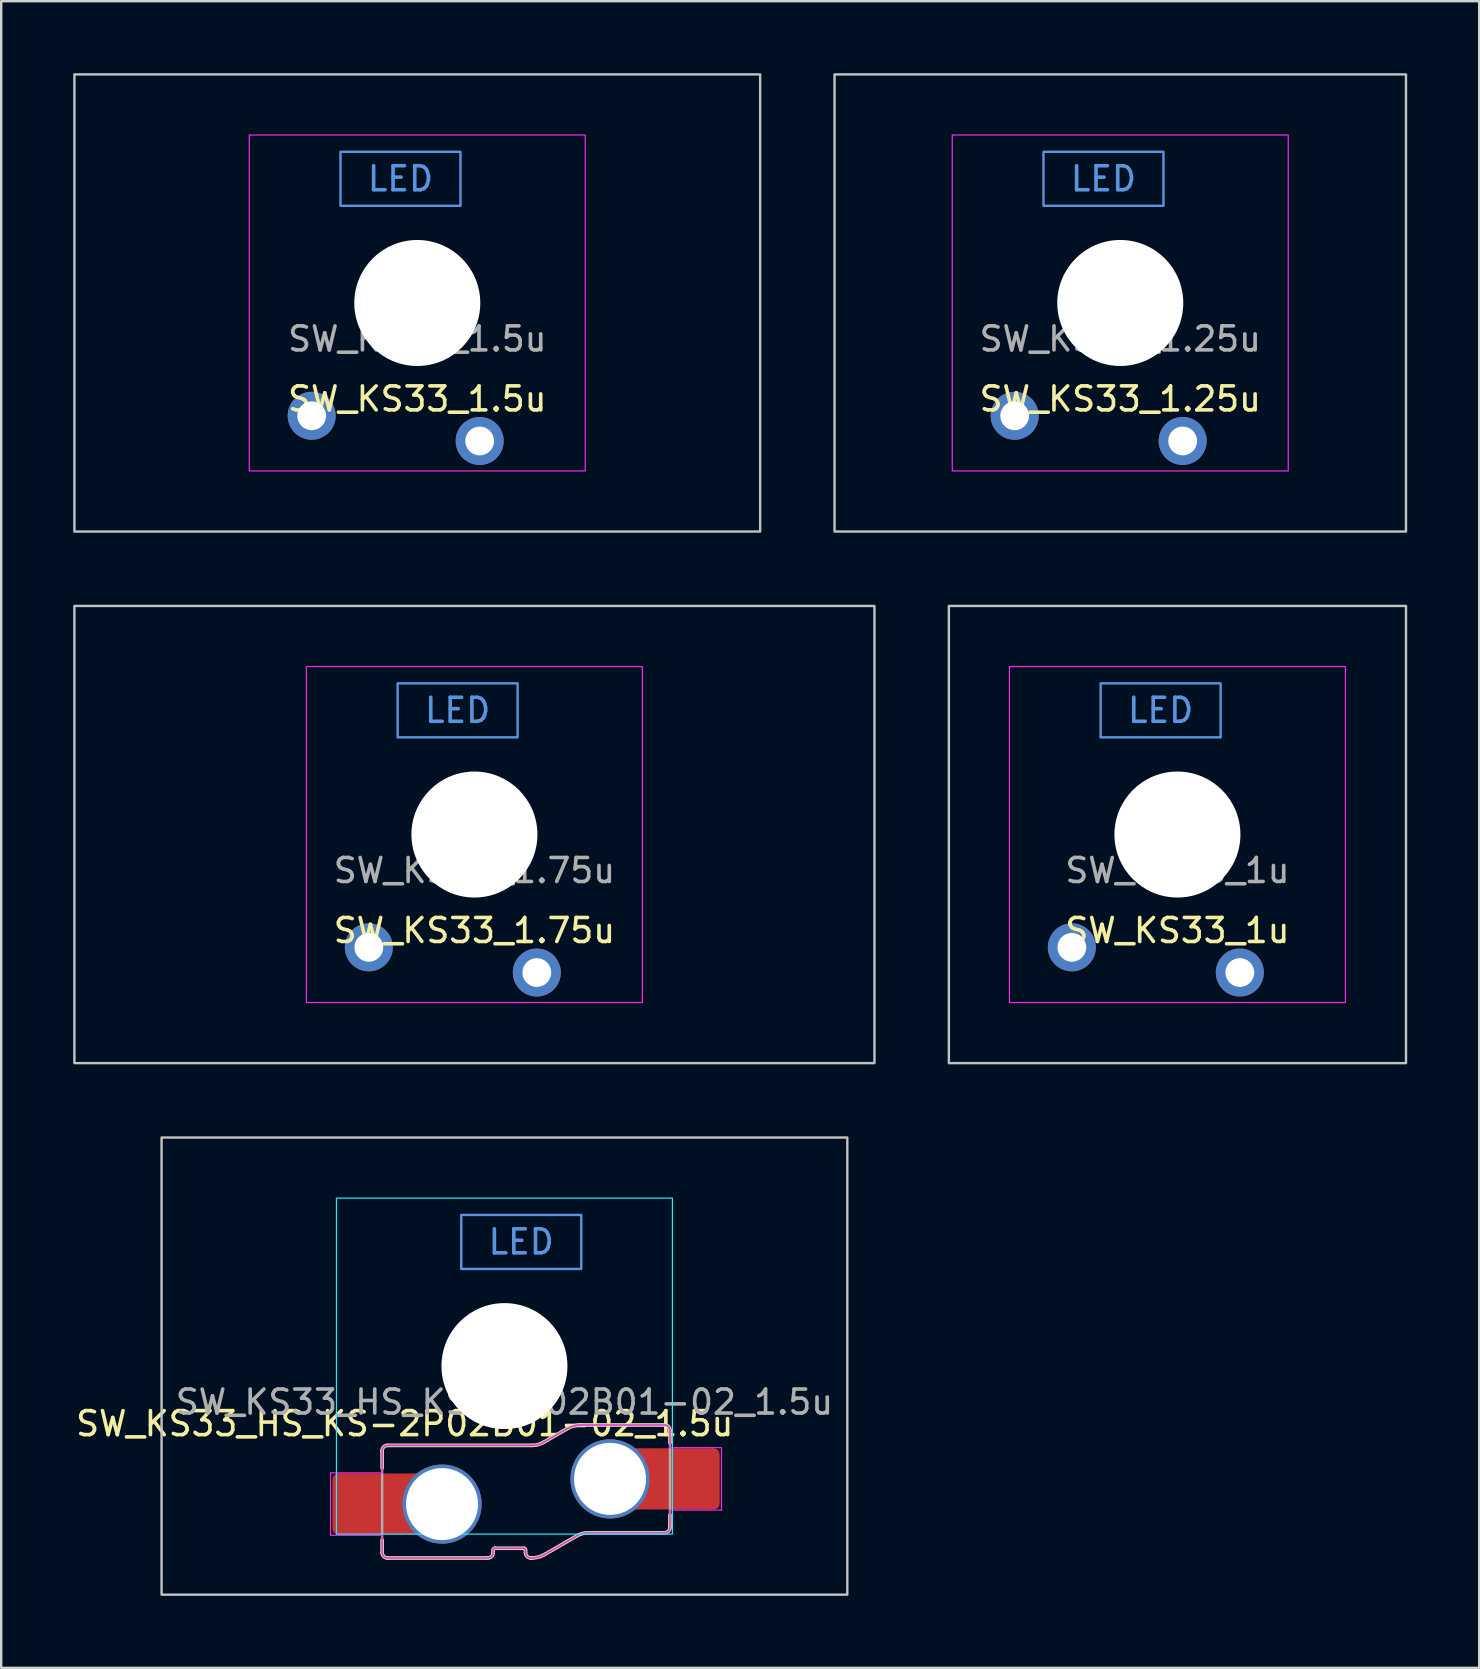
<source format=kicad_pcb>
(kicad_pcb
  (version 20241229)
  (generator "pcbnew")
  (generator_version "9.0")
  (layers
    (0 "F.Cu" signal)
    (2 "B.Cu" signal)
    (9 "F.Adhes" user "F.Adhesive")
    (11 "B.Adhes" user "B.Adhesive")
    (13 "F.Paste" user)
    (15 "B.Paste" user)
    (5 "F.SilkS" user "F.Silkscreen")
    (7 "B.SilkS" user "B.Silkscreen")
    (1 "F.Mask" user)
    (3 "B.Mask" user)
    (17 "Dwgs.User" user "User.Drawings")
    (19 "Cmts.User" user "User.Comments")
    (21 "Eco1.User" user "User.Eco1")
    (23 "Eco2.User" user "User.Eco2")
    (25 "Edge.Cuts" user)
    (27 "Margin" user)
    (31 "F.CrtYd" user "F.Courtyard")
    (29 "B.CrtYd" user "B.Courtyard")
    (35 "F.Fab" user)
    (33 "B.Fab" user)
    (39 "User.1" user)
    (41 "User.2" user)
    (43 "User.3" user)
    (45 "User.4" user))
  (footprint "SW_KS33_1.5u"
    (layer "F.Cu")
    (at 14.338 9.575)
    (property "Reference" "SW_KS33_1.5u" (at 0 4 180) (layer "F.SilkS") (effects (font (size 1 1) (thickness 0.15))))
    (attr through_hole exclude_from_pos_files exclude_from_bom)
    (fp_rect (start -14.287 -9.525) (end 14.287 9.525) (stroke (width 0.1) (type default)) (fill no) (layer "Dwgs.User"))
    (fp_rect (start -3.2 -6.3) (end 1.8 -4.05) (stroke (width 0.1) (type default)) (fill no) (layer "Cmts.User"))
    (fp_line (start -7 6.5) (end -7 -6.5) (stroke (width 0.1) (type default)) (layer "Eco2.User"))
    (fp_line (start -6.5 -7) (end 6.5 -7) (stroke (width 0.1) (type default)) (layer "Eco2.User"))
    (fp_line (start 6.5 7) (end -6.5 7) (stroke (width 0.1) (type default)) (layer "Eco2.User"))
    (fp_line (start 7 -6.5) (end 7 6.5) (stroke (width 0.1) (type default)) (layer "Eco2.User"))
    (fp_arc (start -7 -6.5) (mid -6.853553 -6.853553) (end -6.5 -7) (stroke (width 0.1) (type default)) (layer "Eco2.User"))
    (fp_arc (start -6.5 7) (mid -6.853553 6.853553) (end -7 6.5) (stroke (width 0.1) (type default)) (layer "Eco2.User"))
    (fp_arc (start 6.5 -7) (mid 6.853553 -6.853553) (end 7 -6.5) (stroke (width 0.1) (type default)) (layer "Eco2.User"))
    (fp_arc (start 7 6.5) (mid 6.853553 6.853553) (end 6.5 7) (stroke (width 0.1) (type default)) (layer "Eco2.User"))
    (fp_rect (start -7 -7) (end 7 7) (stroke (width 0.05) (type default)) (fill no) (layer "F.CrtYd"))
    (fp_text user "LED" (at -0.7 -5.175 0) (unlocked yes) (layer "Cmts.User") (effects (font (size 1 1) (thickness 0.15))))
    (fp_text user "${REFERENCE}" (at 0 1.5 0) (layer "F.Fab") (effects (font (size 1 1) (thickness 0.15))))
    (pad "" np_thru_hole circle (at 0 0 180) (size 5.25 5.25) (drill 5.25) (layers "*.Cu" "*.Mask"))
    (pad "1" thru_hole circle (at -4.4 4.7 180) (size 2 2) (drill 1.2) (layers "*.Cu" "B.Mask"))
    (pad "2" thru_hole circle (at 2.6 5.75 180) (size 2 2) (drill 1.2) (layers "*.Cu" "B.Mask")))
  (footprint "SW_KS33_HS_KS-2P02B01-02_1.5u"
    (layer "F.Cu")
    (at 17.97 53.875)
    (property "Reference" "SW_KS33_HS_KS-2P02B01-02_1.5u" (at -4.155 2.4 180) (layer "F.SilkS") (effects (font (size 1 1) (thickness 0.15))))
    (attr smd)
    (fp_line (start -5.097 3.528) (end -5.097 4.25) (stroke (width 0.15) (type solid)) (layer "F.SilkS"))
    (fp_line (start -5.097 7.772) (end -5.097 7.25) (stroke (width 0.15) (type solid)) (layer "F.SilkS"))
    (fp_line (start -4.872 3.303) (end 1.161 3.303) (stroke (width 0.15) (type solid)) (layer "F.SilkS"))
    (fp_line (start -0.697 7.997) (end -4.872 7.997) (stroke (width 0.15) (type solid)) (layer "F.SilkS"))
    (fp_line (start -0.472 7.666) (end -0.472 7.772) (stroke (width 0.15) (type solid)) (layer "F.SilkS"))
    (fp_line (start 0.803 7.591) (end -0.397 7.591) (stroke (width 0.15) (type solid)) (layer "F.SilkS"))
    (fp_line (start 0.878 7.772) (end 0.878 7.666) (stroke (width 0.15) (type solid)) (layer "F.SilkS"))
    (fp_line (start 1.131 7.997) (end 1.103 7.997) (stroke (width 0.15) (type solid)) (layer "F.SilkS"))
    (fp_line (start 1.623 3.18) (end 2.631 2.597) (stroke (width 0.15) (type solid)) (layer "F.SilkS"))
    (fp_line (start 3.023 7.07) (end 1.669 7.853) (stroke (width 0.15) (type solid)) (layer "F.SilkS"))
    (fp_line (start 3.169 2.453) (end 6.672 2.453) (stroke (width 0.15) (type solid)) (layer "F.SilkS"))
    (fp_line (start 6.672 6.947) (end 3.486 6.947) (stroke (width 0.15) (type solid)) (layer "F.SilkS"))
    (fp_line (start 6.897 2.678) (end 6.897 3.2) (stroke (width 0.15) (type solid)) (layer "F.SilkS"))
    (fp_line (start 6.897 6.722) (end 6.897 6.2) (stroke (width 0.15) (type solid)) (layer "F.SilkS"))
    (fp_arc (start -5.096509 3.528462) (mid -5.030608 3.369392) (end -4.871538 3.303491) (stroke (width 0.15) (type solid)) (layer "F.SilkS"))
    (fp_arc (start -4.871547 7.996509) (mid -5.030611 7.930605) (end -5.096509 7.771538) (stroke (width 0.15) (type solid)) (layer "F.SilkS"))
    (fp_arc (start -0.471517 7.666366) (mid -0.44955 7.613333) (end -0.396517 7.591366) (stroke (width 0.15) (type solid)) (layer "F.SilkS"))
    (fp_arc (start -0.471517 7.772359) (mid -0.537421 7.931461) (end -0.696525 7.997359) (stroke (width 0.15) (type solid)) (layer "F.SilkS"))
    (fp_arc (start 0.803483 7.591366) (mid 0.856515 7.613334) (end 0.878483 7.666366) (stroke (width 0.15) (type solid)) (layer "F.SilkS"))
    (fp_arc (start 1.103483 7.996509) (mid 0.944382 7.930609) (end 0.878483 7.771509) (stroke (width 0.15) (type solid)) (layer "F.SilkS"))
    (fp_arc (start 1.623227 3.179574) (mid 1.400151 3.271972) (end 1.160763 3.303491) (stroke (width 0.15) (type solid)) (layer "F.SilkS"))
    (fp_arc (start 1.66858 7.852507) (mid 1.409348 7.959882) (end 1.131159 7.996509) (stroke (width 0.15) (type solid)) (layer "F.SilkS"))
    (fp_arc (start 2.63142 2.597493) (mid 2.890652 2.490118) (end 3.168841 2.453491) (stroke (width 0.15) (type solid)) (layer "F.SilkS"))
    (fp_arc (start 3.023183 7.070426) (mid 3.246257 6.978019) (end 3.485647 6.946509) (stroke (width 0.15) (type solid)) (layer "F.SilkS"))
    (fp_arc (start 6.671525 2.453491) (mid 6.830601 2.51939) (end 6.896509 2.678462) (stroke (width 0.15) (type solid)) (layer "F.SilkS"))
    (fp_arc (start 6.896509 6.721538) (mid 6.830605 6.880605) (end 6.671538 6.946509) (stroke (width 0.15) (type solid)) (layer "F.SilkS"))
    (fp_rect (start -14.287 -9.525) (end 14.287 9.525) (stroke (width 0.1) (type default)) (fill no) (layer "Dwgs.User"))
    (fp_rect (start 3.2 -6.3) (end -1.8 -4.05) (stroke (width 0.1) (type default)) (fill no) (layer "Cmts.User"))
    (fp_line (start -7 6.5) (end -7 -6.5) (stroke (width 0.1) (type default)) (layer "Eco2.User"))
    (fp_line (start -6.5 -7) (end 6.5 -7) (stroke (width 0.1) (type default)) (layer "Eco2.User"))
    (fp_line (start 6.5 7) (end -6.5 7) (stroke (width 0.1) (type default)) (layer "Eco2.User"))
    (fp_line (start 7 -6.5) (end 7 6.5) (stroke (width 0.1) (type default)) (layer "Eco2.User"))
    (fp_arc (start -7 -6.5) (mid -6.853553 -6.853553) (end -6.5 -7) (stroke (width 0.1) (type default)) (layer "Eco2.User"))
    (fp_arc (start -6.5 7) (mid -6.853553 6.853553) (end -7 6.5) (stroke (width 0.1) (type default)) (layer "Eco2.User"))
    (fp_arc (start 6.5 -7) (mid 6.853553 -6.853553) (end 7 -6.5) (stroke (width 0.1) (type default)) (layer "Eco2.User"))
    (fp_arc (start 7 6.5) (mid 6.853553 6.853553) (end 6.5 7) (stroke (width 0.1) (type default)) (layer "Eco2.User"))
    (fp_rect (start -7 -7) (end 7 7) (stroke (width 0.05) (type default)) (fill no) (layer "B.CrtYd"))
    (fp_line (start -7.245 4.45) (end -5.097 4.45) (stroke (width 0.05) (type solid)) (layer "F.CrtYd"))
    (fp_line (start -7.245 7.05) (end -7.245 4.45) (stroke (width 0.05) (type solid)) (layer "F.CrtYd"))
    (fp_line (start -5.097 4.45) (end -5.097 3.528) (stroke (width 0.05) (type default)) (layer "F.CrtYd"))
    (fp_line (start -5.097 7.05) (end -7.245 7.05) (stroke (width 0.05) (type solid)) (layer "F.CrtYd"))
    (fp_line (start -5.097 7.772) (end -5.097 7.05) (stroke (width 0.05) (type solid)) (layer "F.CrtYd"))
    (fp_line (start -4.872 3.303) (end 1.161 3.303) (stroke (width 0.05) (type solid)) (layer "F.CrtYd"))
    (fp_line (start -0.697 7.997) (end -4.872 7.997) (stroke (width 0.05) (type solid)) (layer "F.CrtYd"))
    (fp_line (start -0.472 7.666) (end -0.472 7.772) (stroke (width 0.05) (type solid)) (layer "F.CrtYd"))
    (fp_line (start 0.803 7.591) (end -0.397 7.591) (stroke (width 0.05) (type solid)) (layer "F.CrtYd"))
    (fp_line (start 0.878 7.772) (end 0.878 7.666) (stroke (width 0.05) (type solid)) (layer "F.CrtYd"))
    (fp_line (start 1.131 7.997) (end 1.103 7.997) (stroke (width 0.05) (type solid)) (layer "F.CrtYd"))
    (fp_line (start 1.623 3.18) (end 2.631 2.597) (stroke (width 0.05) (type solid)) (layer "F.CrtYd"))
    (fp_line (start 3.023 7.07) (end 1.669 7.853) (stroke (width 0.05) (type solid)) (layer "F.CrtYd"))
    (fp_line (start 3.169 2.453) (end 6.672 2.453) (stroke (width 0.05) (type solid)) (layer "F.CrtYd"))
    (fp_line (start 6.672 6.947) (end 3.486 6.947) (stroke (width 0.05) (type solid)) (layer "F.CrtYd"))
    (fp_line (start 6.897 2.678) (end 6.897 3.4) (stroke (width 0.05) (type default)) (layer "F.CrtYd"))
    (fp_line (start 6.897 3.4) (end 9.045 3.4) (stroke (width 0.05) (type solid)) (layer "F.CrtYd"))
    (fp_line (start 6.897 6.722) (end 6.897 6) (stroke (width 0.05) (type default)) (layer "F.CrtYd"))
    (fp_line (start 9.045 3.4) (end 9.045 6) (stroke (width 0.05) (type solid)) (layer "F.CrtYd"))
    (fp_line (start 9.045 6) (end 6.897 6) (stroke (width 0.05) (type solid)) (layer "F.CrtYd"))
    (fp_arc (start -5.096509 3.528462) (mid -5.030608 3.369392) (end -4.871538 3.303491) (stroke (width 0.05) (type solid)) (layer "F.CrtYd"))
    (fp_arc (start -4.871547 7.996509) (mid -5.030611 7.930605) (end -5.096509 7.771538) (stroke (width 0.05) (type solid)) (layer "F.CrtYd"))
    (fp_arc (start -0.471517 7.666366) (mid -0.44955 7.613333) (end -0.396517 7.591366) (stroke (width 0.05) (type solid)) (layer "F.CrtYd"))
    (fp_arc (start -0.471517 7.772359) (mid -0.537421 7.931461) (end -0.696525 7.997359) (stroke (width 0.05) (type solid)) (layer "F.CrtYd"))
    (fp_arc (start 0.803483 7.591366) (mid 0.856515 7.613334) (end 0.878483 7.666366) (stroke (width 0.05) (type solid)) (layer "F.CrtYd"))
    (fp_arc (start 1.103483 7.996509) (mid 0.944382 7.930609) (end 0.878483 7.771509) (stroke (width 0.05) (type solid)) (layer "F.CrtYd"))
    (fp_arc (start 1.623227 3.179574) (mid 1.400151 3.271972) (end 1.160763 3.303491) (stroke (width 0.05) (type solid)) (layer "F.CrtYd"))
    (fp_arc (start 1.66858 7.852507) (mid 1.409348 7.959882) (end 1.131159 7.996509) (stroke (width 0.05) (type solid)) (layer "F.CrtYd"))
    (fp_arc (start 2.63142 2.597493) (mid 2.890652 2.490118) (end 3.168841 2.453491) (stroke (width 0.05) (type solid)) (layer "F.CrtYd"))
    (fp_arc (start 3.023183 7.070426) (mid 3.246257 6.978019) (end 3.485647 6.946509) (stroke (width 0.05) (type solid)) (layer "F.CrtYd"))
    (fp_arc (start 6.671525 2.453491) (mid 6.830601 2.51939) (end 6.896509 2.678462) (stroke (width 0.05) (type solid)) (layer "F.CrtYd"))
    (fp_arc (start 6.896509 6.721538) (mid 6.830605 6.880605) (end 6.671538 6.946509) (stroke (width 0.05) (type solid)) (layer "F.CrtYd"))
    (fp_line (start -5.097 7.772) (end -5.097 3.528) (stroke (width 0.1) (type solid)) (layer "F.Fab"))
    (fp_line (start -4.872 3.303) (end 1.161 3.303) (stroke (width 0.1) (type solid)) (layer "F.Fab"))
    (fp_line (start -0.697 7.997) (end -4.872 7.997) (stroke (width 0.1) (type solid)) (layer "F.Fab"))
    (fp_line (start -0.472 7.666) (end -0.472 7.772) (stroke (width 0.1) (type solid)) (layer "F.Fab"))
    (fp_line (start 0.803 7.591) (end -0.397 7.591) (stroke (width 0.1) (type solid)) (layer "F.Fab"))
    (fp_line (start 0.878 7.772) (end 0.878 7.666) (stroke (width 0.1) (type solid)) (layer "F.Fab"))
    (fp_line (start 1.131 7.997) (end 1.103 7.997) (stroke (width 0.1) (type solid)) (layer "F.Fab"))
    (fp_line (start 1.623 3.18) (end 2.631 2.597) (stroke (width 0.1) (type solid)) (layer "F.Fab"))
    (fp_line (start 3.023 7.07) (end 1.669 7.853) (stroke (width 0.1) (type solid)) (layer "F.Fab"))
    (fp_line (start 3.169 2.453) (end 6.672 2.453) (stroke (width 0.1) (type solid)) (layer "F.Fab"))
    (fp_line (start 6.672 6.947) (end 3.486 6.947) (stroke (width 0.1) (type solid)) (layer "F.Fab"))
    (fp_line (start 6.897 2.678) (end 6.897 6.722) (stroke (width 0.1) (type solid)) (layer "F.Fab"))
    (fp_arc (start -5.096509 3.528462) (mid -5.030608 3.369392) (end -4.871538 3.303491) (stroke (width 0.1) (type solid)) (layer "F.Fab"))
    (fp_arc (start -4.871547 7.996509) (mid -5.030611 7.930605) (end -5.096509 7.771538) (stroke (width 0.1) (type solid)) (layer "F.Fab"))
    (fp_arc (start -0.471517 7.666366) (mid -0.44955 7.613333) (end -0.396517 7.591366) (stroke (width 0.1) (type solid)) (layer "F.Fab"))
    (fp_arc (start -0.471517 7.772359) (mid -0.537421 7.931461) (end -0.696525 7.997359) (stroke (width 0.1) (type solid)) (layer "F.Fab"))
    (fp_arc (start 0.803483 7.591366) (mid 0.856515 7.613334) (end 0.878483 7.666366) (stroke (width 0.1) (type solid)) (layer "F.Fab"))
    (fp_arc (start 1.103483 7.996509) (mid 0.944382 7.930609) (end 0.878483 7.771509) (stroke (width 0.1) (type solid)) (layer "F.Fab"))
    (fp_arc (start 1.623227 3.179574) (mid 1.400151 3.271972) (end 1.160763 3.303491) (stroke (width 0.1) (type solid)) (layer "F.Fab"))
    (fp_arc (start 1.66858 7.852507) (mid 1.409348 7.959882) (end 1.131159 7.996509) (stroke (width 0.1) (type solid)) (layer "F.Fab"))
    (fp_arc (start 2.63142 2.597493) (mid 2.890652 2.490118) (end 3.168841 2.453491) (stroke (width 0.1) (type solid)) (layer "F.Fab"))
    (fp_arc (start 3.023183 7.070426) (mid 3.246257 6.978019) (end 3.485647 6.946509) (stroke (width 0.1) (type solid)) (layer "F.Fab"))
    (fp_arc (start 6.671525 2.453491) (mid 6.830601 2.51939) (end 6.896509 2.678462) (stroke (width 0.1) (type solid)) (layer "F.Fab"))
    (fp_arc (start 6.896509 6.721538) (mid 6.830605 6.880605) (end 6.671538 6.946509) (stroke (width 0.1) (type solid)) (layer "F.Fab"))
    (fp_text user "LED" (at 0.7 -5.175 0) (unlocked yes) (layer "Cmts.User") (effects (font (size 1 1) (thickness 0.15))))
    (fp_text user "${REFERENCE}" (at 0 1.5 0) (layer "F.Fab") (effects (font (size 1 1) (thickness 0.15))))
    (pad "" np_thru_hole circle (at 0 0 180) (size 5.25 5.25) (drill 5.25) (layers "*.Cu" "*.Mask"))
    (pad "1" thru_hole circle (at 4.4 4.7) (size 3.3 3.3) (drill 3) (property pad_prop_mechanical) (layers "*.Cu" "F.Mask"))
    (pad "1" smd rect (at 5.95 4.7) (size 1.2 2.55) (layers "F.Cu"))
    (pad "1" smd roundrect (at 7.645 4.7) (size 2.65 2.55) (layers "F.Cu" "F.Mask" "F.Paste") (roundrect_rratio 0.1))
    (pad "2" smd roundrect (at -5.845 5.75) (size 2.65 2.55) (layers "F.Cu" "F.Mask" "F.Paste") (roundrect_rratio 0.1))
    (pad "2" smd rect (at -4.15 5.75 180) (size 1.2 2.55) (layers "F.Cu"))
    (pad "2" thru_hole circle (at -2.6 5.75) (size 3.3 3.3) (drill 3) (property pad_prop_mechanical) (layers "*.Cu" "F.Mask")))
  (footprint "SW_KS33_1.75u"
    (layer "F.Cu")
    (at 16.719 31.725)
    (property "Reference" "SW_KS33_1.75u" (at 0 4 180) (layer "F.SilkS") (effects (font (size 1 1) (thickness 0.15))))
    (attr through_hole exclude_from_pos_files exclude_from_bom)
    (fp_rect (start -16.669 -9.525) (end 16.669 9.525) (stroke (width 0.1) (type default)) (fill no) (layer "Dwgs.User"))
    (fp_rect (start -3.2 -6.3) (end 1.8 -4.05) (stroke (width 0.1) (type default)) (fill no) (layer "Cmts.User"))
    (fp_line (start -7 6.5) (end -7 -6.5) (stroke (width 0.1) (type default)) (layer "Eco2.User"))
    (fp_line (start -6.5 -7) (end 6.5 -7) (stroke (width 0.1) (type default)) (layer "Eco2.User"))
    (fp_line (start 6.5 7) (end -6.5 7) (stroke (width 0.1) (type default)) (layer "Eco2.User"))
    (fp_line (start 7 -6.5) (end 7 6.5) (stroke (width 0.1) (type default)) (layer "Eco2.User"))
    (fp_arc (start -7 -6.5) (mid -6.853553 -6.853553) (end -6.5 -7) (stroke (width 0.1) (type default)) (layer "Eco2.User"))
    (fp_arc (start -6.5 7) (mid -6.853553 6.853553) (end -7 6.5) (stroke (width 0.1) (type default)) (layer "Eco2.User"))
    (fp_arc (start 6.5 -7) (mid 6.853553 -6.853553) (end 7 -6.5) (stroke (width 0.1) (type default)) (layer "Eco2.User"))
    (fp_arc (start 7 6.5) (mid 6.853553 6.853553) (end 6.5 7) (stroke (width 0.1) (type default)) (layer "Eco2.User"))
    (fp_rect (start -7 -7) (end 7 7) (stroke (width 0.05) (type default)) (fill no) (layer "F.CrtYd"))
    (fp_text user "LED" (at -0.7 -5.175 0) (unlocked yes) (layer "Cmts.User") (effects (font (size 1 1) (thickness 0.15))))
    (fp_text user "${REFERENCE}" (at 0 1.5 0) (layer "F.Fab") (effects (font (size 1 1) (thickness 0.15))))
    (pad "" np_thru_hole circle (at 0 0 180) (size 5.25 5.25) (drill 5.25) (layers "*.Cu" "*.Mask"))
    (pad "1" thru_hole circle (at -4.4 4.7 180) (size 2 2) (drill 1.2) (layers "*.Cu" "B.Mask"))
    (pad "2" thru_hole circle (at 2.6 5.75 180) (size 2 2) (drill 1.2) (layers "*.Cu" "B.Mask")))
  (footprint "SW_KS33_1.25u"
    (layer "F.Cu")
    (at 43.631 9.575)
    (property "Reference" "SW_KS33_1.25u" (at 0 4 180) (layer "F.SilkS") (effects (font (size 1 1) (thickness 0.15))))
    (attr through_hole exclude_from_pos_files exclude_from_bom)
    (fp_rect (start -11.906 -9.525) (end 11.906 9.525) (stroke (width 0.1) (type default)) (fill no) (layer "Dwgs.User"))
    (fp_rect (start -3.2 -6.3) (end 1.8 -4.05) (stroke (width 0.1) (type default)) (fill no) (layer "Cmts.User"))
    (fp_line (start -7 6.5) (end -7 -6.5) (stroke (width 0.1) (type default)) (layer "Eco2.User"))
    (fp_line (start -6.5 -7) (end 6.5 -7) (stroke (width 0.1) (type default)) (layer "Eco2.User"))
    (fp_line (start 6.5 7) (end -6.5 7) (stroke (width 0.1) (type default)) (layer "Eco2.User"))
    (fp_line (start 7 -6.5) (end 7 6.5) (stroke (width 0.1) (type default)) (layer "Eco2.User"))
    (fp_arc (start -7 -6.5) (mid -6.853553 -6.853553) (end -6.5 -7) (stroke (width 0.1) (type default)) (layer "Eco2.User"))
    (fp_arc (start -6.5 7) (mid -6.853553 6.853553) (end -7 6.5) (stroke (width 0.1) (type default)) (layer "Eco2.User"))
    (fp_arc (start 6.5 -7) (mid 6.853553 -6.853553) (end 7 -6.5) (stroke (width 0.1) (type default)) (layer "Eco2.User"))
    (fp_arc (start 7 6.5) (mid 6.853553 6.853553) (end 6.5 7) (stroke (width 0.1) (type default)) (layer "Eco2.User"))
    (fp_rect (start -7 -7) (end 7 7) (stroke (width 0.05) (type default)) (fill no) (layer "F.CrtYd"))
    (fp_text user "LED" (at -0.7 -5.175 0) (unlocked yes) (layer "Cmts.User") (effects (font (size 1 1) (thickness 0.15))))
    (fp_text user "${REFERENCE}" (at 0 1.5 0) (layer "F.Fab") (effects (font (size 1 1) (thickness 0.15))))
    (pad "" np_thru_hole circle (at 0 0 180) (size 5.25 5.25) (drill 5.25) (layers "*.Cu" "*.Mask"))
    (pad "1" thru_hole circle (at -4.4 4.7 180) (size 2 2) (drill 1.2) (layers "*.Cu" "B.Mask"))
    (pad "2" thru_hole circle (at 2.6 5.75 180) (size 2 2) (drill 1.2) (layers "*.Cu" "B.Mask")))
  (footprint "SW_KS33_1u"
    (layer "F.Cu")
    (at 46.013 31.725)
    (property "Reference" "SW_KS33_1u" (at 0 4 180) (layer "F.SilkS") (effects (font (size 1 1) (thickness 0.15))))
    (attr through_hole exclude_from_pos_files exclude_from_bom)
    (fp_rect (start -9.525 -9.525) (end 9.525 9.525) (stroke (width 0.1) (type default)) (fill no) (layer "Dwgs.User"))
    (fp_rect (start -3.2 -6.3) (end 1.8 -4.05) (stroke (width 0.1) (type default)) (fill no) (layer "Cmts.User"))
    (fp_line (start -7 6.5) (end -7 -6.5) (stroke (width 0.1) (type default)) (layer "Eco2.User"))
    (fp_line (start -6.5 -7) (end 6.5 -7) (stroke (width 0.1) (type default)) (layer "Eco2.User"))
    (fp_line (start 6.5 7) (end -6.5 7) (stroke (width 0.1) (type default)) (layer "Eco2.User"))
    (fp_line (start 7 -6.5) (end 7 6.5) (stroke (width 0.1) (type default)) (layer "Eco2.User"))
    (fp_arc (start -7 -6.5) (mid -6.853553 -6.853553) (end -6.5 -7) (stroke (width 0.1) (type default)) (layer "Eco2.User"))
    (fp_arc (start -6.5 7) (mid -6.853553 6.853553) (end -7 6.5) (stroke (width 0.1) (type default)) (layer "Eco2.User"))
    (fp_arc (start 6.5 -7) (mid 6.853553 -6.853553) (end 7 -6.5) (stroke (width 0.1) (type default)) (layer "Eco2.User"))
    (fp_arc (start 7 6.5) (mid 6.853553 6.853553) (end 6.5 7) (stroke (width 0.1) (type default)) (layer "Eco2.User"))
    (fp_rect (start -7 -7) (end 7 7) (stroke (width 0.05) (type default)) (fill no) (layer "F.CrtYd"))
    (fp_text user "LED" (at -0.7 -5.175 0) (unlocked yes) (layer "Cmts.User") (effects (font (size 1 1) (thickness 0.15))))
    (fp_text user "${REFERENCE}" (at 0 1.5 0) (layer "F.Fab") (effects (font (size 1 1) (thickness 0.15))))
    (pad "" np_thru_hole circle (at 0 0 180) (size 5.25 5.25) (drill 5.25) (layers "*.Cu" "*.Mask"))
    (pad "1" thru_hole circle (at -4.4 4.7 180) (size 2 2) (drill 1.2) (layers "*.Cu" "B.Mask"))
    (pad "2" thru_hole circle (at 2.6 5.75 180) (size 2 2) (drill 1.2) (layers "*.Cu" "B.Mask")))
  (gr_rect
    (start -3 -3)
    (end 58.587 66.45)
    (stroke (width 0.1) (type default))
    (fill no)
    (layer "Edge.Cuts")))
</source>
